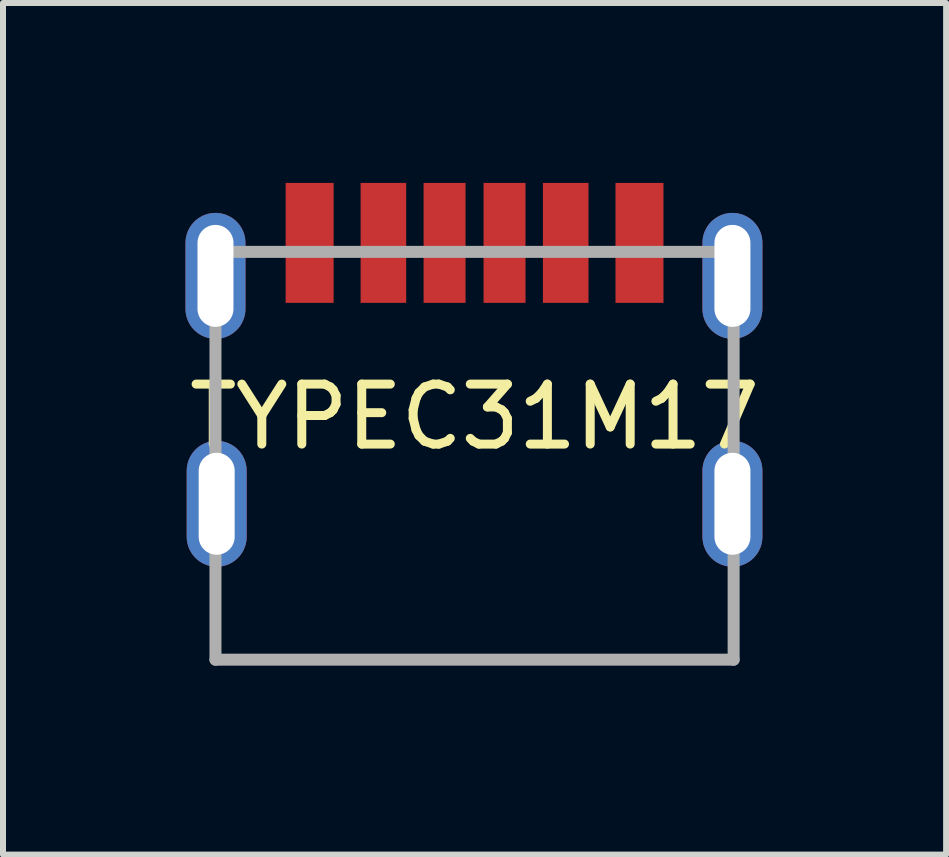
<source format=kicad_pcb>
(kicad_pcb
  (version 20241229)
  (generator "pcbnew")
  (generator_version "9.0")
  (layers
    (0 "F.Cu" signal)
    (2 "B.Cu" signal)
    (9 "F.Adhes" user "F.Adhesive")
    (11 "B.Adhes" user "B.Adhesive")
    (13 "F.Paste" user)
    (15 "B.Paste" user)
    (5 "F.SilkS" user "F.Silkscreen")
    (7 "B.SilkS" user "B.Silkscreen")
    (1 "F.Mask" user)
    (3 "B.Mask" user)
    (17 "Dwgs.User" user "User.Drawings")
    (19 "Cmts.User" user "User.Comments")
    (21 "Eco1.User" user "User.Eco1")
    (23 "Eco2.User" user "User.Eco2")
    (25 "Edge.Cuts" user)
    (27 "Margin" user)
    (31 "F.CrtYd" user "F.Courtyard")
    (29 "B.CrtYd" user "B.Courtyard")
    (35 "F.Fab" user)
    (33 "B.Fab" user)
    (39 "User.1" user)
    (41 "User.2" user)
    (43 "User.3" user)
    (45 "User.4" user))
  (footprint "TYPEC31M17"
    (layer "F.Cu")
    (at 4.863 7.95)
    (property "Reference" "TYPEC31M17" (at 0 -4.05 0) (layer "F.SilkS") (effects (font (size 1 1) (thickness 0.15))))
    (attr through_hole)
    (fp_line (start -4.32 0) (end 4.32 0) (stroke (width 0.1) (type solid)) (layer "F.SilkS"))
    (fp_line (start -4.32 -6.8) (end 4.32 -6.8) (stroke (width 0.2) (type solid)) (layer "F.Fab"))
    (fp_line (start -4.32 0) (end -4.32 -6.8) (stroke (width 0.2) (type solid)) (layer "F.Fab"))
    (fp_line (start 4.32 -6.8) (end 4.32 0) (stroke (width 0.2) (type solid)) (layer "F.Fab"))
    (fp_line (start 4.32 0) (end -4.32 0) (stroke (width 0.2) (type solid)) (layer "F.Fab"))
    (pad "" np_thru_hole circle (at -4.32 -6.75) (size 0.4 0.4) (drill 0.4) (layers "*.Cu" "*.Mask"))
    (pad "" np_thru_hole circle (at -4.32 -6.65) (size 0.4 0.4) (drill 0.4) (layers "*.Cu" "*.Mask"))
    (pad "" np_thru_hole circle (at -4.32 -6.6) (size 0.4 0.4) (drill 0.4) (layers "*.Cu" "*.Mask"))
    (pad "" np_thru_hole circle (at -4.32 -6.5) (size 0.4 0.4) (drill 0.4) (layers "*.Cu" "*.Mask"))
    (pad "" np_thru_hole circle (at -4.32 -6.3) (size 0.4 0.4) (drill 0.4) (layers "*.Cu" "*.Mask"))
    (pad "" np_thru_hole circle (at -4.32 -6.2) (size 0.4 0.4) (drill 0.4) (layers "*.Cu" "*.Mask"))
    (pad "" np_thru_hole circle (at -4.32 -6.15) (size 0.4 0.4) (drill 0.4) (layers "*.Cu" "*.Mask"))
    (pad "" np_thru_hole circle (at -4.32 -6.05) (size 0.4 0.4) (drill 0.4) (layers "*.Cu" "*.Mask"))
    (pad "" np_thru_hole circle (at -4.32 -2.95) (size 0.4 0.4) (drill 0.4) (layers "*.Cu" "*.Mask"))
    (pad "" np_thru_hole circle (at -4.32 -2.85) (size 0.4 0.4) (drill 0.4) (layers "*.Cu" "*.Mask"))
    (pad "" np_thru_hole circle (at -4.32 -2.8) (size 0.4 0.4) (drill 0.4) (layers "*.Cu" "*.Mask"))
    (pad "" np_thru_hole circle (at -4.32 -2.7) (size 0.4 0.4) (drill 0.4) (layers "*.Cu" "*.Mask"))
    (pad "" np_thru_hole circle (at -4.32 -2.5) (size 0.4 0.4) (drill 0.4) (layers "*.Cu" "*.Mask"))
    (pad "" np_thru_hole circle (at -4.32 -2.4) (size 0.4 0.4) (drill 0.4) (layers "*.Cu" "*.Mask"))
    (pad "" np_thru_hole circle (at -4.32 -2.35) (size 0.4 0.4) (drill 0.4) (layers "*.Cu" "*.Mask"))
    (pad "" np_thru_hole circle (at -4.32 -2.25) (size 0.4 0.4) (drill 0.4) (layers "*.Cu" "*.Mask"))
    (pad "" np_thru_hole circle (at 4.32 -6.75) (size 0.4 0.4) (drill 0.4) (layers "*.Cu" "*.Mask"))
    (pad "" np_thru_hole circle (at 4.32 -6.65) (size 0.4 0.4) (drill 0.4) (layers "*.Cu" "*.Mask"))
    (pad "" np_thru_hole circle (at 4.32 -6.6) (size 0.4 0.4) (drill 0.4) (layers "*.Cu" "*.Mask"))
    (pad "" np_thru_hole circle (at 4.32 -6.5) (size 0.4 0.4) (drill 0.4) (layers "*.Cu" "*.Mask"))
    (pad "" np_thru_hole circle (at 4.32 -6.2) (size 0.4 0.4) (drill 0.4) (layers "*.Cu" "*.Mask"))
    (pad "" np_thru_hole circle (at 4.32 -6.1) (size 0.4 0.4) (drill 0.4) (layers "*.Cu" "*.Mask"))
    (pad "" np_thru_hole circle (at 4.32 -6.05) (size 0.4 0.4) (drill 0.4) (layers "*.Cu" "*.Mask"))
    (pad "" np_thru_hole circle (at 4.32 -2.9) (size 0.4 0.4) (drill 0.4) (layers "*.Cu" "*.Mask"))
    (pad "" np_thru_hole circle (at 4.32 -2.85) (size 0.4 0.4) (drill 0.4) (layers "*.Cu" "*.Mask"))
    (pad "" np_thru_hole circle (at 4.32 -2.8) (size 0.4 0.4) (drill 0.4) (layers "*.Cu" "*.Mask"))
    (pad "" np_thru_hole circle (at 4.32 -2.7) (size 0.4 0.4) (drill 0.4) (layers "*.Cu" "*.Mask"))
    (pad "" np_thru_hole circle (at 4.32 -2.5) (size 0.4 0.4) (drill 0.4) (layers "*.Cu" "*.Mask"))
    (pad "" np_thru_hole circle (at 4.32 -2.4) (size 0.4 0.4) (drill 0.4) (layers "*.Cu" "*.Mask"))
    (pad "" np_thru_hole circle (at 4.32 -2.35) (size 0.4 0.4) (drill 0.4) (layers "*.Cu" "*.Mask"))
    (pad "" np_thru_hole circle (at 4.32 -2.25) (size 0.4 0.4) (drill 0.4) (layers "*.Cu" "*.Mask"))
    (pad "A5" smd rect (at -0.5 -6.95 90) (size 2 0.7) (layers "F.Cu" "F.Mask" "F.Paste"))
    (pad "A9" smd rect (at 1.52 -6.95 90) (size 2 0.76) (layers "F.Cu" "F.Mask" "F.Paste"))
    (pad "A12" smd rect (at 2.75 -6.95 90) (size 2 0.8) (layers "F.Cu" "F.Mask" "F.Paste"))
    (pad "B5" smd rect (at 0.5 -6.95 90) (size 2 0.7) (layers "F.Cu" "F.Mask" "F.Paste"))
    (pad "B9" smd rect (at -1.52 -6.95 90) (size 2 0.76) (layers "F.Cu" "F.Mask" "F.Paste"))
    (pad "B12" smd rect (at -2.75 -6.95 90) (size 2 0.8) (layers "F.Cu" "F.Mask" "F.Paste"))
    (pad "S1" thru_hole oval (at -4.32 -6.4) (size 1 2.1) (drill oval 0.6 1.7) (layers "*.Cu" "*.Mask"))
    (pad "S1" thru_hole oval (at -4.3 -2.6) (size 1 2.1) (drill oval 0.6 1.7) (layers "*.Cu" "*.Mask"))
    (pad "S1" thru_hole oval (at 4.3 -6.4) (size 1 2.1) (drill oval 0.6 1.7) (layers "*.Cu" "*.Mask"))
    (pad "S1" thru_hole oval (at 4.3 -2.6) (size 1 2.1) (drill oval 0.6 1.7) (layers "*.Cu" "*.Mask")))
  (gr_rect
    (start -3 -3)
    (end 12.726 11.2)
    (stroke (width 0.1) (type default))
    (fill no)
    (layer "Edge.Cuts")))
</source>
